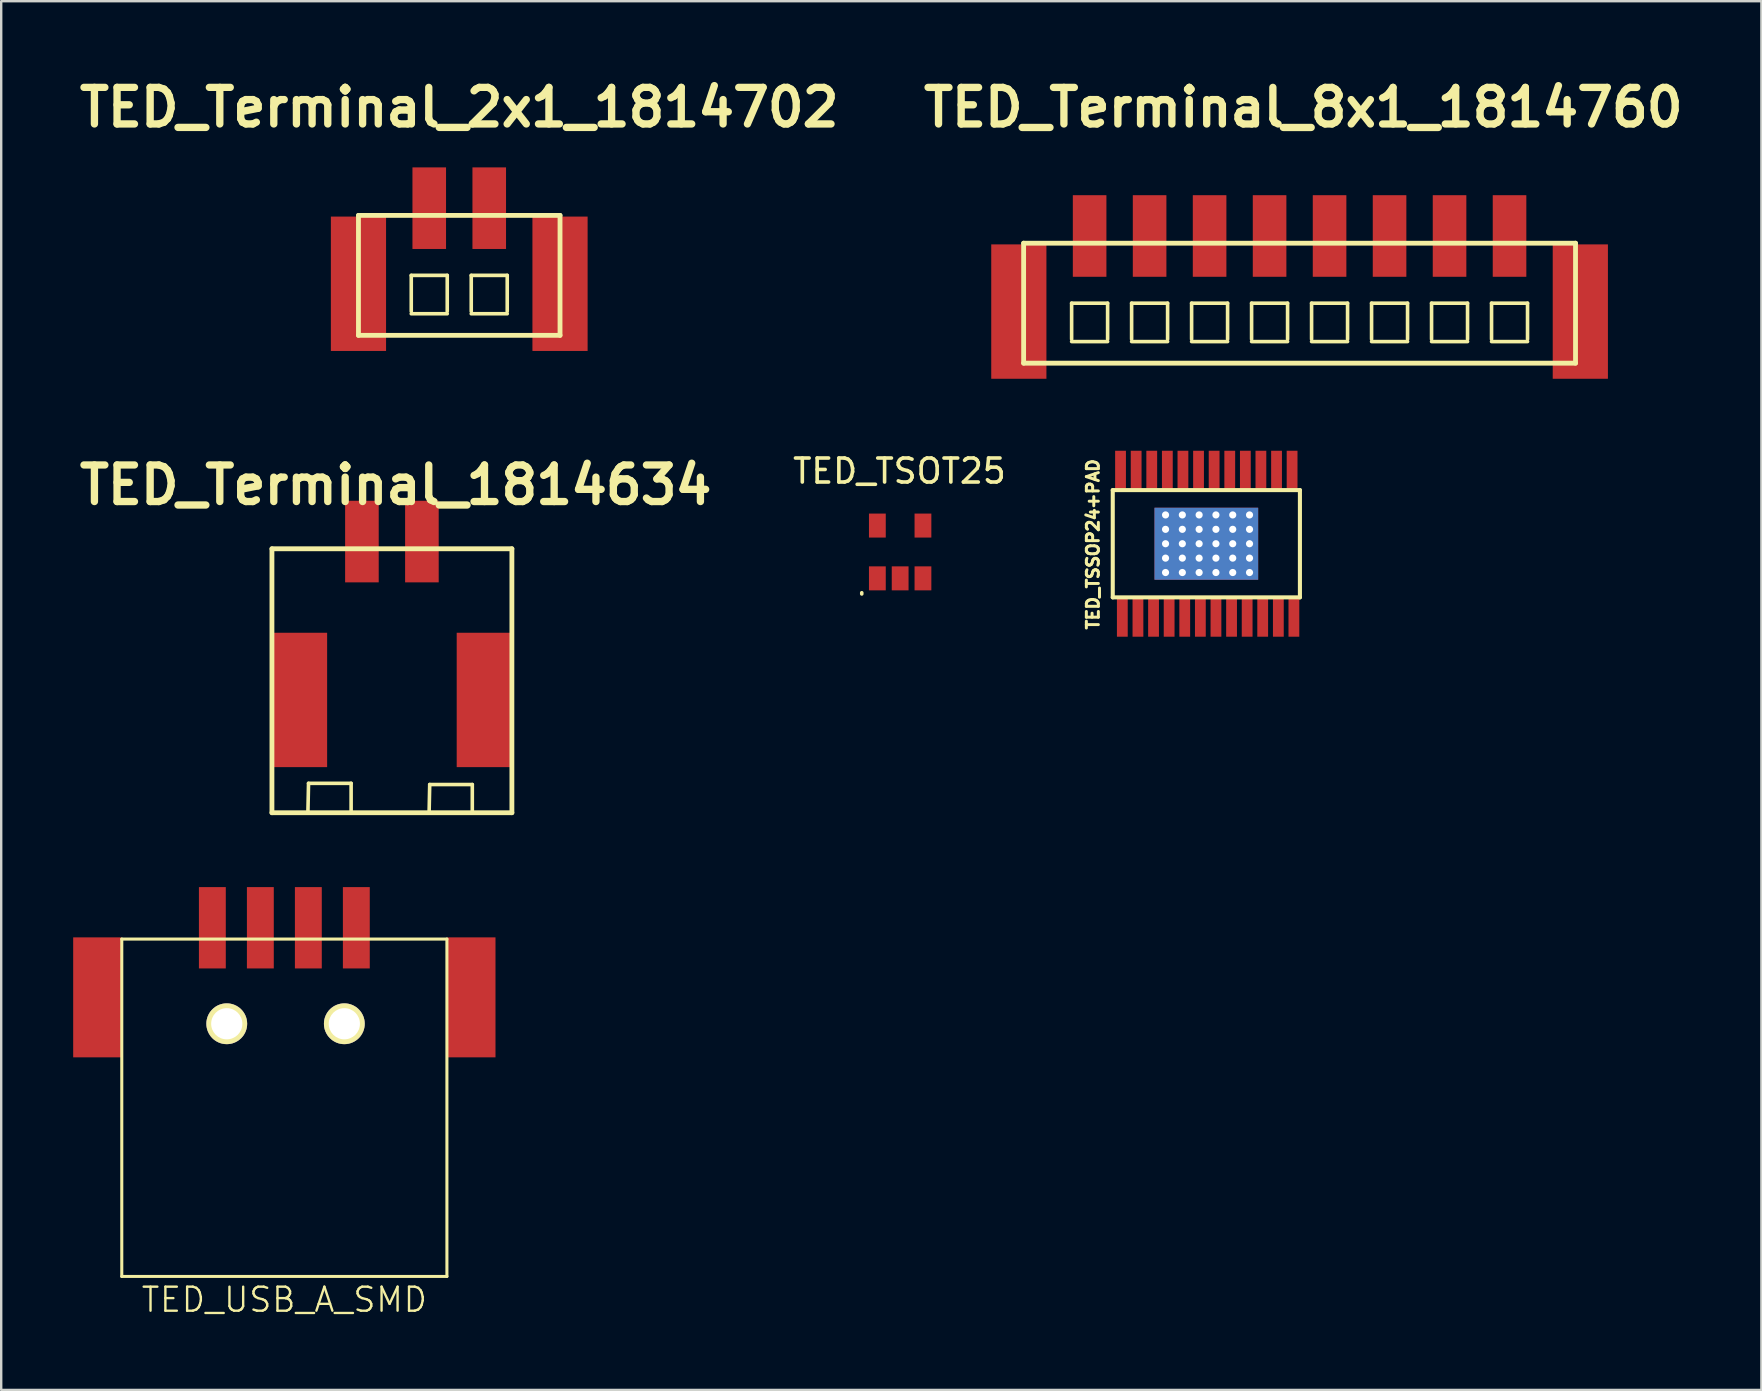
<source format=kicad_pcb>
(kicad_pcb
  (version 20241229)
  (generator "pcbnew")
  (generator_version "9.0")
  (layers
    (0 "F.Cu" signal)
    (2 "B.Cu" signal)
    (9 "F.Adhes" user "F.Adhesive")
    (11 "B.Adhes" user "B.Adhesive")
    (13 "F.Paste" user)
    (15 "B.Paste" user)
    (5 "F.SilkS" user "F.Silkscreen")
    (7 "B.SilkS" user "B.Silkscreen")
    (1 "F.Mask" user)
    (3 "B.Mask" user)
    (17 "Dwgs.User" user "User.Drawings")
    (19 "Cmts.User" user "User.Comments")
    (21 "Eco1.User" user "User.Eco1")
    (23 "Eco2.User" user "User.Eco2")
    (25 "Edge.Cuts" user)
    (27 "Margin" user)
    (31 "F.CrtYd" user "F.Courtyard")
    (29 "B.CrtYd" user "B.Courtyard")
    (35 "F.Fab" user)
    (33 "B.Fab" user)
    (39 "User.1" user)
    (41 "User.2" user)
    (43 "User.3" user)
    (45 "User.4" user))
  (footprint "TED_TSOT25"
    (layer "F.Cu")
    (at 34.464 19.953)
    (property "Reference" "TED_TSOT25" (at -0.03 -3.37 0) (layer "F.SilkS") (effects (font (size 1 1) (thickness 0.15))))
    (attr smd)
    (fp_line (start -1.6 1.7) (end -1.6 1.75) (stroke (width 0.15) (type solid)) (layer "F.SilkS"))
    (pad "1" smd rect (at -0.95 1.1) (size 0.7 1) (layers "F.Cu" "F.Mask" "F.Paste"))
    (pad "2" smd rect (at 0 1.1) (size 0.7 1) (layers "F.Cu" "F.Mask" "F.Paste"))
    (pad "3" smd rect (at 0.95 1.1) (size 0.7 1) (layers "F.Cu" "F.Mask" "F.Paste"))
    (pad "4" smd rect (at 0.95 -1.1) (size 0.7 1) (layers "F.Cu" "F.Mask" "F.Paste"))
    (pad "5" smd rect (at -0.95 -1.1) (size 0.7 1) (layers "F.Cu" "F.Mask" "F.Paste")))
  (footprint "TED_Terminal_1814634"
    (layer "F.Cu")
    (at 13.283 25.32)
    (property "Reference" "TED_Terminal_1814634" (at 0.157 -8.158 0) (layer "F.SilkS") (effects (font (size 1.524 1.524) (thickness 0.305))))
    (attr through_hole)
    (fp_line (start -5 -5.5) (end 5 -5.5) (stroke (width 0.201) (type solid)) (layer "F.SilkS"))
    (fp_line (start -5 5.5) (end -5 -5.5) (stroke (width 0.201) (type solid)) (layer "F.SilkS"))
    (fp_line (start -3.5 5.45) (end -3.475 4.275) (stroke (width 0.15) (type solid)) (layer "F.SilkS"))
    (fp_line (start -3.475 4.275) (end -1.7 4.275) (stroke (width 0.15) (type solid)) (layer "F.SilkS"))
    (fp_line (start -1.7 4.275) (end -1.7 5.425) (stroke (width 0.15) (type solid)) (layer "F.SilkS"))
    (fp_line (start 1.55 5.5) (end 1.575 4.325) (stroke (width 0.15) (type solid)) (layer "F.SilkS"))
    (fp_line (start 1.575 4.325) (end 3.35 4.325) (stroke (width 0.15) (type solid)) (layer "F.SilkS"))
    (fp_line (start 3.35 4.325) (end 3.35 5.475) (stroke (width 0.15) (type solid)) (layer "F.SilkS"))
    (fp_line (start 5 -5.5) (end 5 5.5) (stroke (width 0.201) (type solid)) (layer "F.SilkS"))
    (fp_line (start 5 5.5) (end -5 5.5) (stroke (width 0.201) (type solid)) (layer "F.SilkS"))
    (pad "1" smd rect (at -1.25 -5.8) (size 1.4 3.4) (layers "F.Cu" "F.Mask" "F.Paste"))
    (pad "2" smd rect (at 1.25 -5.8) (size 1.4 3.4) (layers "F.Cu" "F.Mask" "F.Paste"))
    (pad "PAD" smd rect (at -3.85 0.8) (size 2.3 5.6) (layers "F.Cu" "F.Mask" "F.Paste"))
    (pad "PAD" smd rect (at 3.85 0.8) (size 2.3 5.6) (layers "F.Cu" "F.Mask" "F.Paste")))
  (footprint "TED_USB_A_SMD"
    (layer "F.Cu")
    (at 8.8 43.115)
    (property "Reference" "TED_USB_A_SMD" (at 0 8 0) (layer "F.SilkS") (effects (font (size 1.001 1.001) (thickness 0.099))))
    (attr through_hole)
    (fp_line (start -6.775 -7.03) (end -6.775 7.03) (stroke (width 0.127) (type solid)) (layer "F.SilkS"))
    (fp_line (start -6.775 -7.03) (end 6.775 -7.03) (stroke (width 0.127) (type solid)) (layer "F.SilkS"))
    (fp_line (start 6.775 -7.03) (end 6.775 7.03) (stroke (width 0.127) (type solid)) (layer "F.SilkS"))
    (fp_line (start 6.775 7.03) (end -6.775 7.03) (stroke (width 0.127) (type solid)) (layer "F.SilkS"))
    (pad "" np_thru_hole circle (at -2.4 -3.5) (size 1.7 1.7) (drill 1.3) (layers "*.Cu" "*.Mask" "F.SilkS"))
    (pad "" np_thru_hole circle (at 2.5 -3.5) (size 1.7 1.7) (drill 1.3) (layers "*.Cu" "*.Mask" "F.SilkS"))
    (pad "1" smd rect (at -3 -7.5) (size 1.12 3.39) (layers "F.Cu" "F.Mask" "F.Paste"))
    (pad "2" smd rect (at -1 -7.5) (size 1.12 3.39) (layers "F.Cu" "F.Mask" "F.Paste"))
    (pad "3" smd rect (at 1 -7.5) (size 1.12 3.39) (layers "F.Cu" "F.Mask" "F.Paste"))
    (pad "4" smd rect (at 3 -7.5) (size 1.12 3.39) (layers "F.Cu" "F.Mask" "F.Paste"))
    (pad "5" smd rect (at -7.8 -4.6) (size 2 5) (layers "F.Cu" "F.Mask" "F.Paste"))
    (pad "5" smd rect (at 7.8 -4.6) (size 2 5) (layers "F.Cu" "F.Mask" "F.Paste")))
  (footprint "TED_TSSOP24+PAD"
    (layer "F.Cu")
    (at 47.224 19.61)
    (property "Reference" "TED_TSSOP24+PAD" (at -4.725 0.025 90) (layer "F.SilkS") (effects (font (size 0.5 0.5) (thickness 0.124))))
    (attr through_hole)
    (fp_line (start -3.9 -2.235) (end 3.9 -2.235) (stroke (width 0.17) (type solid)) (layer "F.SilkS"))
    (fp_line (start -3.9 2.235) (end -3.9 -2.235) (stroke (width 0.17) (type solid)) (layer "F.SilkS"))
    (fp_line (start 3.9 -2.235) (end 3.9 2.235) (stroke (width 0.17) (type solid)) (layer "F.SilkS"))
    (fp_line (start 3.9 2.235) (end -3.9 2.235) (stroke (width 0.17) (type solid)) (layer "F.SilkS"))
    (pad "1" smd rect (at -3.501 3.05) (size 0.45 1.65) (layers "F.Cu" "F.Mask" "F.Paste"))
    (pad "2" smd rect (at -2.85 3.05) (size 0.45 1.65) (layers "F.Cu" "F.Mask" "F.Paste"))
    (pad "3" smd rect (at -2.2 3.05) (size 0.45 1.65) (layers "F.Cu" "F.Mask" "F.Paste"))
    (pad "4" smd rect (at -1.55 3.05) (size 0.45 1.65) (layers "F.Cu" "F.Mask" "F.Paste"))
    (pad "5" smd rect (at -0.9 3.05) (size 0.45 1.65) (layers "F.Cu" "F.Mask" "F.Paste"))
    (pad "6" smd rect (at -0.249 3.05) (size 0.45 1.65) (layers "F.Cu" "F.Mask" "F.Paste"))
    (pad "7" smd rect (at 0.401 3.05) (size 0.45 1.65) (layers "F.Cu" "F.Mask" "F.Paste"))
    (pad "8" smd rect (at 1.051 3.05) (size 0.45 1.65) (layers "F.Cu" "F.Mask" "F.Paste"))
    (pad "9" smd rect (at 1.701 3.05) (size 0.45 1.65) (layers "F.Cu" "F.Mask" "F.Paste"))
    (pad "10" smd rect (at 2.349 3.05) (size 0.45 1.65) (layers "F.Cu" "F.Mask" "F.Paste"))
    (pad "11" smd rect (at 3.001 3.05) (size 0.45 1.65) (layers "F.Cu" "F.Mask" "F.Paste"))
    (pad "12" smd rect (at 3.649 3.05) (size 0.45 1.65) (layers "F.Cu" "F.Mask" "F.Paste"))
    (pad "13" smd rect (at 3.574 -3.05) (size 0.45 1.65) (layers "F.Cu" "F.Mask" "F.Paste"))
    (pad "14" smd rect (at 2.926 -3.05) (size 0.45 1.65) (layers "F.Cu" "F.Mask" "F.Paste"))
    (pad "15" smd rect (at 2.274 -3.05) (size 0.45 1.65) (layers "F.Cu" "F.Mask" "F.Paste"))
    (pad "16" smd rect (at 1.626 -3.05) (size 0.45 1.65) (layers "F.Cu" "F.Mask" "F.Paste"))
    (pad "17" smd rect (at 0.976 -3.05) (size 0.45 1.65) (layers "F.Cu" "F.Mask" "F.Paste"))
    (pad "18" smd rect (at 0.325 -3.05) (size 0.45 1.65) (layers "F.Cu" "F.Mask" "F.Paste"))
    (pad "19" smd rect (at -0.325 -3.05) (size 0.45 1.65) (layers "F.Cu" "F.Mask" "F.Paste"))
    (pad "20" smd rect (at -0.975 -3.05) (size 0.45 1.65) (layers "F.Cu" "F.Mask" "F.Paste"))
    (pad "21" smd rect (at -1.625 -3.05) (size 0.45 1.65) (layers "F.Cu" "F.Mask" "F.Paste"))
    (pad "22" smd rect (at -2.275 -3.05) (size 0.45 1.65) (layers "F.Cu" "F.Mask" "F.Paste"))
    (pad "23" smd rect (at -2.925 -3.05) (size 0.45 1.65) (layers "F.Cu" "F.Mask" "F.Paste"))
    (pad "24" smd rect (at -3.576 -3.05) (size 0.45 1.65) (layers "F.Cu" "F.Mask" "F.Paste"))
    (pad "PAD" thru_hole circle (at -1.7 -1.2) (size 0.4 0.4) (drill 0.3) (layers "*.Cu" "*.Mask"))
    (pad "PAD" thru_hole circle (at -1.7 -0.6) (size 0.4 0.4) (drill 0.3) (layers "*.Cu" "*.Mask"))
    (pad "PAD" thru_hole circle (at -1.7 0) (size 0.4 0.4) (drill 0.3) (layers "*.Cu" "*.Mask"))
    (pad "PAD" thru_hole circle (at -1.7 0.6) (size 0.4 0.4) (drill 0.3) (layers "*.Cu" "*.Mask"))
    (pad "PAD" thru_hole circle (at -1.7 1.2) (size 0.4 0.4) (drill 0.3) (layers "*.Cu" "*.Mask"))
    (pad "PAD" thru_hole circle (at -1 -1.2) (size 0.4 0.4) (drill 0.3) (layers "*.Cu" "*.Mask"))
    (pad "PAD" thru_hole circle (at -1 -0.6) (size 0.4 0.4) (drill 0.3) (layers "*.Cu" "*.Mask"))
    (pad "PAD" thru_hole circle (at -1 0) (size 0.4 0.4) (drill 0.3) (layers "*.Cu" "*.Mask"))
    (pad "PAD" thru_hole circle (at -1 0.6) (size 0.4 0.4) (drill 0.3) (layers "*.Cu" "*.Mask"))
    (pad "PAD" thru_hole circle (at -1 1.2) (size 0.4 0.4) (drill 0.3) (layers "*.Cu" "*.Mask"))
    (pad "PAD" thru_hole circle (at -0.3 -1.2) (size 0.4 0.4) (drill 0.3) (layers "*.Cu" "*.Mask"))
    (pad "PAD" thru_hole circle (at -0.3 -0.6) (size 0.4 0.4) (drill 0.3) (layers "*.Cu" "*.Mask"))
    (pad "PAD" thru_hole circle (at -0.3 0) (size 0.4 0.4) (drill 0.3) (layers "*.Cu" "*.Mask"))
    (pad "PAD" thru_hole circle (at -0.3 0.6) (size 0.4 0.4) (drill 0.3) (layers "*.Cu" "*.Mask"))
    (pad "PAD" thru_hole circle (at -0.3 1.2) (size 0.4 0.4) (drill 0.3) (layers "*.Cu" "*.Mask"))
    (pad "PAD" smd rect (at 0 0) (size 4.32 3) (layers "F.Cu" "F.Mask" "F.Paste"))
    (pad "PAD" smd rect (at 0 0) (size 4.32 3) (layers "B.Cu" "B.Mask" "B.Paste"))
    (pad "PAD" thru_hole circle (at 0.4 -1.2) (size 0.4 0.4) (drill 0.3) (layers "*.Cu" "*.Mask"))
    (pad "PAD" thru_hole circle (at 0.4 -0.6) (size 0.4 0.4) (drill 0.3) (layers "*.Cu" "*.Mask"))
    (pad "PAD" thru_hole circle (at 0.4 0) (size 0.4 0.4) (drill 0.3) (layers "*.Cu" "*.Mask"))
    (pad "PAD" thru_hole circle (at 0.4 0.6) (size 0.4 0.4) (drill 0.3) (layers "*.Cu" "*.Mask"))
    (pad "PAD" thru_hole circle (at 0.4 1.2) (size 0.4 0.4) (drill 0.3) (layers "*.Cu" "*.Mask"))
    (pad "PAD" thru_hole circle (at 1.1 -1.2) (size 0.4 0.4) (drill 0.3) (layers "*.Cu" "*.Mask"))
    (pad "PAD" thru_hole circle (at 1.1 -0.6) (size 0.4 0.4) (drill 0.3) (layers "*.Cu" "*.Mask"))
    (pad "PAD" thru_hole circle (at 1.1 0) (size 0.4 0.4) (drill 0.3) (layers "*.Cu" "*.Mask"))
    (pad "PAD" thru_hole circle (at 1.1 0.6) (size 0.4 0.4) (drill 0.3) (layers "*.Cu" "*.Mask"))
    (pad "PAD" thru_hole circle (at 1.1 1.2) (size 0.4 0.4) (drill 0.3) (layers "*.Cu" "*.Mask"))
    (pad "PAD" thru_hole circle (at 1.8 -1.2) (size 0.4 0.4) (drill 0.3) (layers "*.Cu" "*.Mask"))
    (pad "PAD" thru_hole circle (at 1.8 -0.6) (size 0.4 0.4) (drill 0.3) (layers "*.Cu" "*.Mask"))
    (pad "PAD" thru_hole circle (at 1.8 0) (size 0.4 0.4) (drill 0.3) (layers "*.Cu" "*.Mask"))
    (pad "PAD" thru_hole circle (at 1.8 0.6) (size 0.4 0.4) (drill 0.3) (layers "*.Cu" "*.Mask"))
    (pad "PAD" thru_hole circle (at 1.8 1.2) (size 0.4 0.4) (drill 0.3) (layers "*.Cu" "*.Mask")))
  (footprint "TED_Terminal_8x1_1814760"
    (layer "F.Cu")
    (at 51.11 9.585)
    (property "Reference" "TED_Terminal_8x1_1814760" (at 0.157 -8.158 0) (layer "F.SilkS") (effects (font (size 1.524 1.524) (thickness 0.305))))
    (attr through_hole)
    (fp_line (start -11.5 -2.5) (end 11.5 -2.5) (stroke (width 0.201) (type solid)) (layer "F.SilkS"))
    (fp_line (start -11.5 2.5) (end -11.5 -2.5) (stroke (width 0.201) (type solid)) (layer "F.SilkS"))
    (fp_line (start -9.5 0) (end -8 0) (stroke (width 0.15) (type solid)) (layer "F.SilkS"))
    (fp_line (start -9.5 1.5) (end -9.5 0) (stroke (width 0.15) (type solid)) (layer "F.SilkS"))
    (fp_line (start -9.5 1.6) (end -8 1.6) (stroke (width 0.15) (type solid)) (layer "F.SilkS"))
    (fp_line (start -8 0) (end -8 1.5) (stroke (width 0.15) (type solid)) (layer "F.SilkS"))
    (fp_line (start -7 0) (end -5.5 0) (stroke (width 0.15) (type solid)) (layer "F.SilkS"))
    (fp_line (start -7 1.5) (end -7 0) (stroke (width 0.15) (type solid)) (layer "F.SilkS"))
    (fp_line (start -7 1.6) (end -5.5 1.6) (stroke (width 0.15) (type solid)) (layer "F.SilkS"))
    (fp_line (start -5.5 0) (end -5.5 1.5) (stroke (width 0.15) (type solid)) (layer "F.SilkS"))
    (fp_line (start -4.5 0) (end -3 0) (stroke (width 0.15) (type solid)) (layer "F.SilkS"))
    (fp_line (start -4.5 1.5) (end -4.5 0) (stroke (width 0.15) (type solid)) (layer "F.SilkS"))
    (fp_line (start -4.5 1.6) (end -3 1.6) (stroke (width 0.15) (type solid)) (layer "F.SilkS"))
    (fp_line (start -3 0) (end -3 1.5) (stroke (width 0.15) (type solid)) (layer "F.SilkS"))
    (fp_line (start -2 0) (end -0.5 0) (stroke (width 0.15) (type solid)) (layer "F.SilkS"))
    (fp_line (start -2 1.5) (end -2 0) (stroke (width 0.15) (type solid)) (layer "F.SilkS"))
    (fp_line (start -2 1.6) (end -0.5 1.6) (stroke (width 0.15) (type solid)) (layer "F.SilkS"))
    (fp_line (start -0.5 0) (end -0.5 1.5) (stroke (width 0.15) (type solid)) (layer "F.SilkS"))
    (fp_line (start 0.5 0) (end 2 0) (stroke (width 0.15) (type solid)) (layer "F.SilkS"))
    (fp_line (start 0.5 1.5) (end 0.5 0) (stroke (width 0.15) (type solid)) (layer "F.SilkS"))
    (fp_line (start 0.5 1.6) (end 2 1.6) (stroke (width 0.15) (type solid)) (layer "F.SilkS"))
    (fp_line (start 2 0) (end 2 1.5) (stroke (width 0.15) (type solid)) (layer "F.SilkS"))
    (fp_line (start 3 0) (end 4.5 0) (stroke (width 0.15) (type solid)) (layer "F.SilkS"))
    (fp_line (start 3 1.5) (end 3 0) (stroke (width 0.15) (type solid)) (layer "F.SilkS"))
    (fp_line (start 3 1.6) (end 4.5 1.6) (stroke (width 0.15) (type solid)) (layer "F.SilkS"))
    (fp_line (start 4.5 0) (end 4.5 1.5) (stroke (width 0.15) (type solid)) (layer "F.SilkS"))
    (fp_line (start 5.5 0) (end 7 0) (stroke (width 0.15) (type solid)) (layer "F.SilkS"))
    (fp_line (start 5.5 1.5) (end 5.5 0) (stroke (width 0.15) (type solid)) (layer "F.SilkS"))
    (fp_line (start 5.5 1.6) (end 7 1.6) (stroke (width 0.15) (type solid)) (layer "F.SilkS"))
    (fp_line (start 7 0) (end 7 1.5) (stroke (width 0.15) (type solid)) (layer "F.SilkS"))
    (fp_line (start 8 0) (end 9.5 0) (stroke (width 0.15) (type solid)) (layer "F.SilkS"))
    (fp_line (start 8 1.5) (end 8 0) (stroke (width 0.15) (type solid)) (layer "F.SilkS"))
    (fp_line (start 8 1.6) (end 9.5 1.6) (stroke (width 0.15) (type solid)) (layer "F.SilkS"))
    (fp_line (start 9.5 0) (end 9.5 1.5) (stroke (width 0.15) (type solid)) (layer "F.SilkS"))
    (fp_line (start 11.5 -2.5) (end 11.5 2.5) (stroke (width 0.201) (type solid)) (layer "F.SilkS"))
    (fp_line (start 11.5 2.5) (end -11.5 2.5) (stroke (width 0.201) (type solid)) (layer "F.SilkS"))
    (pad "1" smd rect (at -8.75 -2.8) (size 1.4 3.4) (layers "F.Cu" "F.Mask" "F.Paste"))
    (pad "2" smd rect (at -6.25 -2.8) (size 1.4 3.4) (layers "F.Cu" "F.Mask" "F.Paste"))
    (pad "3" smd rect (at -3.75 -2.8) (size 1.4 3.4) (layers "F.Cu" "F.Mask" "F.Paste"))
    (pad "4" smd rect (at -1.25 -2.8) (size 1.4 3.4) (layers "F.Cu" "F.Mask" "F.Paste"))
    (pad "5" smd rect (at 1.25 -2.8) (size 1.4 3.4) (layers "F.Cu" "F.Mask" "F.Paste"))
    (pad "6" smd rect (at 3.75 -2.8) (size 1.4 3.4) (layers "F.Cu" "F.Mask" "F.Paste"))
    (pad "7" smd rect (at 6.25 -2.8) (size 1.4 3.4) (layers "F.Cu" "F.Mask" "F.Paste"))
    (pad "8" smd rect (at 8.75 -2.8) (size 1.4 3.4) (layers "F.Cu" "F.Mask" "F.Paste"))
    (pad "PAD" smd rect (at -11.7 0.35) (size 2.3 5.6) (layers "F.Cu" "F.Mask" "F.Paste"))
    (pad "PAD" smd rect (at 11.7 0.35) (size 2.3 5.6) (layers "F.Cu" "F.Mask" "F.Paste")))
  (footprint "TED_Terminal_2x1_1814702"
    (layer "F.Cu")
    (at 16.089 8.426)
    (property "Reference" "TED_Terminal_2x1_1814702" (at 0 -7 0) (layer "F.SilkS") (effects (font (size 1.524 1.524) (thickness 0.305))))
    (attr through_hole)
    (fp_line (start -4.2 -2.5) (end 4.2 -2.5) (stroke (width 0.201) (type solid)) (layer "F.SilkS"))
    (fp_line (start -4.2 2.5) (end -4.2 -2.5) (stroke (width 0.201) (type solid)) (layer "F.SilkS"))
    (fp_line (start -2 0) (end -0.5 0) (stroke (width 0.15) (type solid)) (layer "F.SilkS"))
    (fp_line (start -2 1.5) (end -2 0) (stroke (width 0.15) (type solid)) (layer "F.SilkS"))
    (fp_line (start -2 1.6) (end -0.5 1.6) (stroke (width 0.15) (type solid)) (layer "F.SilkS"))
    (fp_line (start -0.5 0) (end -0.5 1.5) (stroke (width 0.15) (type solid)) (layer "F.SilkS"))
    (fp_line (start 0.5 0) (end 2 0) (stroke (width 0.15) (type solid)) (layer "F.SilkS"))
    (fp_line (start 0.5 1.5) (end 0.5 0) (stroke (width 0.15) (type solid)) (layer "F.SilkS"))
    (fp_line (start 0.5 1.6) (end 2 1.6) (stroke (width 0.15) (type solid)) (layer "F.SilkS"))
    (fp_line (start 2 0) (end 2 1.5) (stroke (width 0.15) (type solid)) (layer "F.SilkS"))
    (fp_line (start 4.2 -2.5) (end 4.2 2.5) (stroke (width 0.201) (type solid)) (layer "F.SilkS"))
    (fp_line (start 4.2 2.5) (end -4.2 2.5) (stroke (width 0.201) (type solid)) (layer "F.SilkS"))
    (pad "1" smd rect (at -1.25 -2.8) (size 1.4 3.4) (layers "F.Cu" "F.Mask" "F.Paste"))
    (pad "2" smd rect (at 1.25 -2.8) (size 1.4 3.4) (layers "F.Cu" "F.Mask" "F.Paste"))
    (pad "PAD" smd rect (at -4.2 0.35) (size 2.3 5.6) (layers "F.Cu" "F.Mask" "F.Paste"))
    (pad "PAD" smd rect (at 4.2 0.35) (size 2.3 5.6) (layers "F.Cu" "F.Mask" "F.Paste")))
  (gr_rect
    (start -3 -3)
    (end 70.356 54.875)
    (stroke (width 0.1) (type default))
    (fill no)
    (layer "Edge.Cuts")))
</source>
